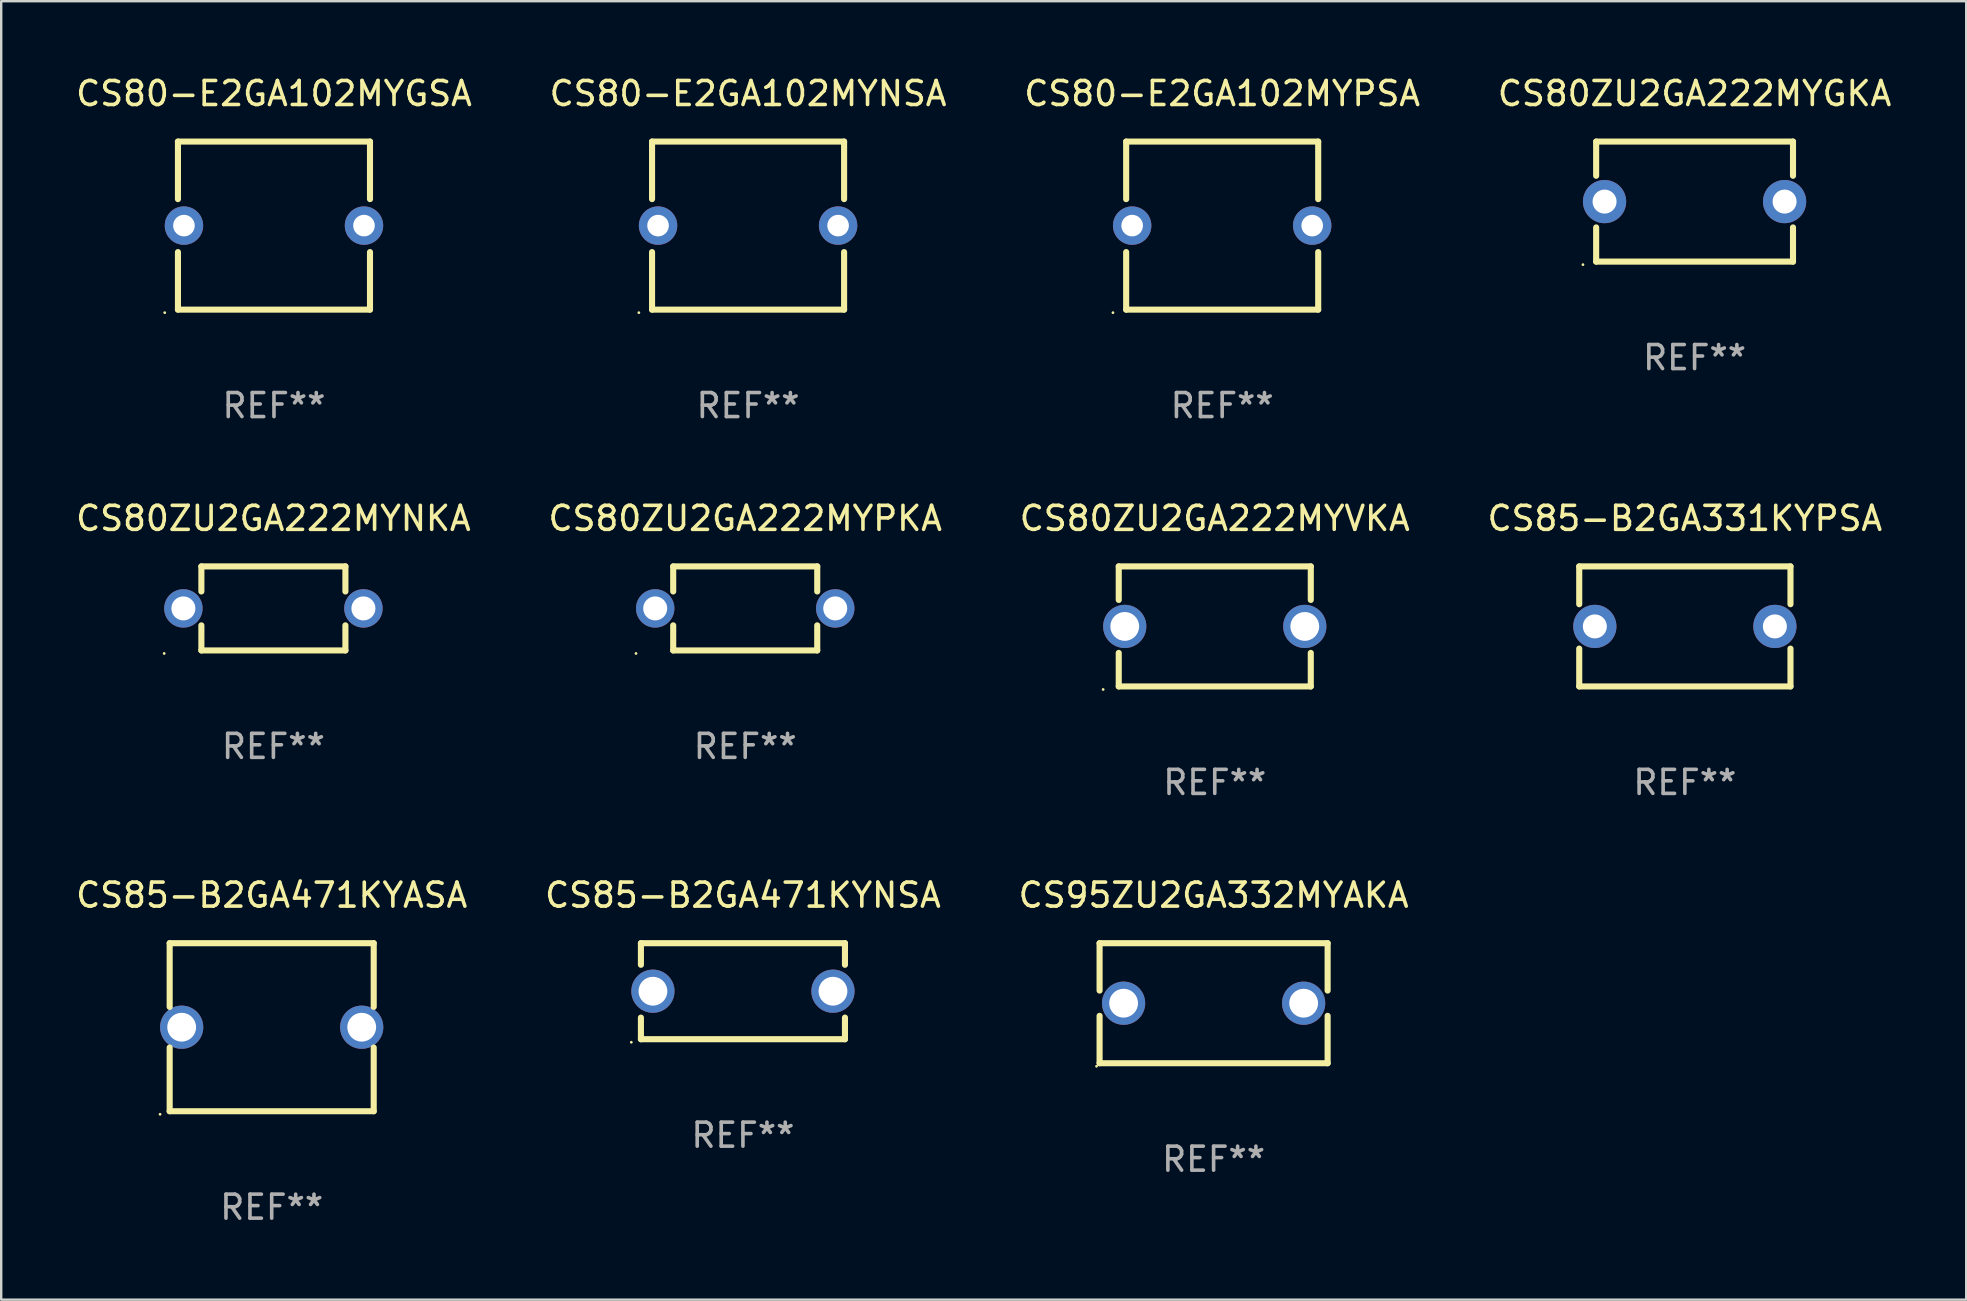
<source format=kicad_pcb>
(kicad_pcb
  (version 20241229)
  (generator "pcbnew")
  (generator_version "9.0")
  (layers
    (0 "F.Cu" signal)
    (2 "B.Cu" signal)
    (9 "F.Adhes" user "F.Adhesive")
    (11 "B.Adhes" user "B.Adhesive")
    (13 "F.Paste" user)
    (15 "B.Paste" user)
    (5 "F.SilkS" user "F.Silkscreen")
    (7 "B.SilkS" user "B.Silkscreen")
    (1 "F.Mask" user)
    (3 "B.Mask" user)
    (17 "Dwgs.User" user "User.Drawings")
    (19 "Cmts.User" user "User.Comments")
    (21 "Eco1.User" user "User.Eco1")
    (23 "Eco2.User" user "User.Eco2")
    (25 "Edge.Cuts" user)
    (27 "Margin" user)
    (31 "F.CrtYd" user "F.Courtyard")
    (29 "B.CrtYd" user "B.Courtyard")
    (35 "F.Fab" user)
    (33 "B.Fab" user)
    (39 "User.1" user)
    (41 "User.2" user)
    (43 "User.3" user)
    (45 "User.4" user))
  (footprint "CS85-B2GA471KYASA"
    (layer "F.Cu")
    (at 8.268 39.741)
    (property "Reference" "CS85-B2GA471KYASA" (at 0 -5.5 0) (layer "F.SilkS") (effects (font (size 1 1) (thickness 0.15))))
    (attr through_hole)
    (fp_line (start -4.25 -3.5) (end -4.25 -0.846) (stroke (width 0.254) (type solid)) (layer "F.SilkS"))
    (fp_line (start -4.25 -3.5) (end 4.25 -3.5) (stroke (width 0.254) (type solid)) (layer "F.SilkS"))
    (fp_line (start -4.25 0.846) (end -4.25 3.5) (stroke (width 0.254) (type solid)) (layer "F.SilkS"))
    (fp_line (start 4.25 -3.5) (end 4.25 -0.846) (stroke (width 0.254) (type solid)) (layer "F.SilkS"))
    (fp_line (start 4.25 0.846) (end 4.25 3.5) (stroke (width 0.254) (type solid)) (layer "F.SilkS"))
    (fp_line (start 4.25 3.5) (end -4.25 3.5) (stroke (width 0.254) (type solid)) (layer "F.SilkS"))
    (fp_circle (center -4.65 3.627) (end -4.62 3.627) (stroke (width 0.06) (type solid)) (fill no) (layer "F.SilkS"))
    (fp_text user "REF**" (at 0 7.5 0) (layer "F.Fab") (effects (font (size 1 1) (thickness 0.15))))
    (pad "1" thru_hole circle (at -3.75 0) (size 1.8 1.8) (drill 1.2) (layers "*.Cu" "*.Mask"))
    (pad "2" thru_hole circle (at 3.75 0) (size 1.8 1.8) (drill 1.2) (layers "*.Cu" "*.Mask")))
  (footprint "CS80ZU2GA222MYPKA"
    (layer "F.Cu")
    (at 27.994 22.295)
    (property "Reference" "CS80ZU2GA222MYPKA" (at 0 -3.75 0) (layer "F.SilkS") (effects (font (size 1 1) (thickness 0.15))))
    (attr through_hole)
    (fp_line (start -3 -1.75) (end -3 -0.706) (stroke (width 0.254) (type solid)) (layer "F.SilkS"))
    (fp_line (start -3 -1.75) (end 3 -1.75) (stroke (width 0.254) (type solid)) (layer "F.SilkS"))
    (fp_line (start -3 0.706) (end -3 1.75) (stroke (width 0.254) (type solid)) (layer "F.SilkS"))
    (fp_line (start 3 -1.75) (end 3 -0.706) (stroke (width 0.254) (type solid)) (layer "F.SilkS"))
    (fp_line (start 3 0.706) (end 3 1.75) (stroke (width 0.254) (type solid)) (layer "F.SilkS"))
    (fp_line (start 3 1.75) (end -3 1.75) (stroke (width 0.254) (type solid)) (layer "F.SilkS"))
    (fp_circle (center -4.55 1.877) (end -4.52 1.877) (stroke (width 0.06) (type solid)) (fill no) (layer "F.SilkS"))
    (fp_text user "REF**" (at 0 5.75 0) (layer "F.Fab") (effects (font (size 1 1) (thickness 0.15))))
    (pad "1" thru_hole circle (at -3.75 -0.000025) (size 1.6 1.6) (drill 1) (layers "*.Cu" "*.Mask"))
    (pad "2" thru_hole circle (at 3.75 -0.000025) (size 1.6 1.6) (drill 1) (layers "*.Cu" "*.Mask")))
  (footprint "CS80ZU2GA222MYNKA"
    (layer "F.Cu")
    (at 8.339 22.295)
    (property "Reference" "CS80ZU2GA222MYNKA" (at 0 -3.75 0) (layer "F.SilkS") (effects (font (size 1 1) (thickness 0.15))))
    (attr through_hole)
    (fp_line (start -3 -1.75) (end -3 -0.706) (stroke (width 0.254) (type solid)) (layer "F.SilkS"))
    (fp_line (start -3 -1.75) (end 3 -1.75) (stroke (width 0.254) (type solid)) (layer "F.SilkS"))
    (fp_line (start -3 0.706) (end -3 1.75) (stroke (width 0.254) (type solid)) (layer "F.SilkS"))
    (fp_line (start 3 -1.75) (end 3 -0.706) (stroke (width 0.254) (type solid)) (layer "F.SilkS"))
    (fp_line (start 3 0.706) (end 3 1.75) (stroke (width 0.254) (type solid)) (layer "F.SilkS"))
    (fp_line (start 3 1.75) (end -3 1.75) (stroke (width 0.254) (type solid)) (layer "F.SilkS"))
    (fp_circle (center -4.55 1.877) (end -4.52 1.877) (stroke (width 0.06) (type solid)) (fill no) (layer "F.SilkS"))
    (fp_text user "REF**" (at 0 5.75 0) (layer "F.Fab") (effects (font (size 1 1) (thickness 0.15))))
    (pad "1" thru_hole circle (at -3.75 -0.000025) (size 1.6 1.6) (drill 1) (layers "*.Cu" "*.Mask"))
    (pad "2" thru_hole circle (at 3.75 -0.000025) (size 1.6 1.6) (drill 1) (layers "*.Cu" "*.Mask")))
  (footprint "CS80-E2GA102MYGSA"
    (layer "F.Cu")
    (at 8.363 6.348)
    (property "Reference" "CS80-E2GA102MYGSA" (at 0 -5.5 0) (layer "F.SilkS") (effects (font (size 1 1) (thickness 0.15))))
    (attr through_hole)
    (fp_line (start -4 -3.5) (end -4 -1.103) (stroke (width 0.254) (type solid)) (layer "F.SilkS"))
    (fp_line (start -4 -3.5) (end 4 -3.5) (stroke (width 0.254) (type solid)) (layer "F.SilkS"))
    (fp_line (start -4 1.103) (end -4 3.5) (stroke (width 0.254) (type solid)) (layer "F.SilkS"))
    (fp_line (start 4 -3.5) (end 4 -1.103) (stroke (width 0.254) (type solid)) (layer "F.SilkS"))
    (fp_line (start 4 1.103) (end 4 3.5) (stroke (width 0.254) (type solid)) (layer "F.SilkS"))
    (fp_line (start 4 3.5) (end -4 3.5) (stroke (width 0.254) (type solid)) (layer "F.SilkS"))
    (fp_circle (center -4.55 3.627) (end -4.52 3.627) (stroke (width 0.06) (type solid)) (fill no) (layer "F.SilkS"))
    (fp_text user "REF**" (at 0 7.5 0) (layer "F.Fab") (effects (font (size 1 1) (thickness 0.15))))
    (pad "1" thru_hole circle (at -3.75 0) (size 1.6 1.6) (drill 0.9) (layers "*.Cu" "*.Mask"))
    (pad "2" thru_hole circle (at 3.75 0) (size 1.6 1.6) (drill 0.9) (layers "*.Cu" "*.Mask")))
  (footprint "CS85-B2GA471KYNSA"
    (layer "F.Cu")
    (at 27.899 38.241)
    (property "Reference" "CS85-B2GA471KYNSA" (at 0 -4 0) (layer "F.SilkS") (effects (font (size 1 1) (thickness 0.15))))
    (attr through_hole)
    (fp_line (start -4.25 -2) (end -4.25 -1.1) (stroke (width 0.254) (type solid)) (layer "F.SilkS"))
    (fp_line (start -4.25 -2) (end 4.25 -2) (stroke (width 0.254) (type solid)) (layer "F.SilkS"))
    (fp_line (start -4.25 1.1) (end -4.25 2) (stroke (width 0.254) (type solid)) (layer "F.SilkS"))
    (fp_line (start 4.25 -2) (end 4.25 -1.1) (stroke (width 0.254) (type solid)) (layer "F.SilkS"))
    (fp_line (start 4.25 1.1) (end 4.25 2) (stroke (width 0.254) (type solid)) (layer "F.SilkS"))
    (fp_line (start 4.25 2) (end -4.25 2) (stroke (width 0.254) (type solid)) (layer "F.SilkS"))
    (fp_circle (center -4.65 2.127) (end -4.62 2.127) (stroke (width 0.06) (type solid)) (fill no) (layer "F.SilkS"))
    (fp_text user "REF**" (at 0 6 0) (layer "F.Fab") (effects (font (size 1 1) (thickness 0.15))))
    (pad "1" thru_hole circle (at -3.75 0) (size 1.8 1.8) (drill 1.2) (layers "*.Cu" "*.Mask"))
    (pad "2" thru_hole circle (at 3.75 0) (size 1.8 1.8) (drill 1.2) (layers "*.Cu" "*.Mask")))
  (footprint "CS80-E2GA102MYPSA"
    (layer "F.Cu")
    (at 47.863 6.348)
    (property "Reference" "CS80-E2GA102MYPSA" (at 0 -5.5 0) (layer "F.SilkS") (effects (font (size 1 1) (thickness 0.15))))
    (attr through_hole)
    (fp_line (start -4 -3.5) (end -4 -1.103) (stroke (width 0.254) (type solid)) (layer "F.SilkS"))
    (fp_line (start -4 -3.5) (end 4 -3.5) (stroke (width 0.254) (type solid)) (layer "F.SilkS"))
    (fp_line (start -4 1.103) (end -4 3.5) (stroke (width 0.254) (type solid)) (layer "F.SilkS"))
    (fp_line (start 4 -3.5) (end 4 -1.103) (stroke (width 0.254) (type solid)) (layer "F.SilkS"))
    (fp_line (start 4 1.103) (end 4 3.5) (stroke (width 0.254) (type solid)) (layer "F.SilkS"))
    (fp_line (start 4 3.5) (end -4 3.5) (stroke (width 0.254) (type solid)) (layer "F.SilkS"))
    (fp_circle (center -4.55 3.627) (end -4.52 3.627) (stroke (width 0.06) (type solid)) (fill no) (layer "F.SilkS"))
    (fp_text user "REF**" (at 0 7.5 0) (layer "F.Fab") (effects (font (size 1 1) (thickness 0.15))))
    (pad "1" thru_hole circle (at -3.75 0) (size 1.6 1.6) (drill 0.9) (layers "*.Cu" "*.Mask"))
    (pad "2" thru_hole circle (at 3.75 0) (size 1.6 1.6) (drill 0.9) (layers "*.Cu" "*.Mask")))
  (footprint "CS95ZU2GA332MYAKA"
    (layer "F.Cu")
    (at 47.506 38.741)
    (property "Reference" "CS95ZU2GA332MYAKA" (at 0 -4.5 0) (layer "F.SilkS") (effects (font (size 1 1) (thickness 0.15))))
    (attr through_hole)
    (fp_line (start -4.75 -2.5) (end -4.75 -0.526) (stroke (width 0.254) (type solid)) (layer "F.SilkS"))
    (fp_line (start -4.75 -2.5) (end 4.75 -2.5) (stroke (width 0.254) (type solid)) (layer "F.SilkS"))
    (fp_line (start -4.75 0.526) (end -4.75 2.5) (stroke (width 0.254) (type solid)) (layer "F.SilkS"))
    (fp_line (start 4.75 2.5) (end -4.75 2.5) (stroke (width 0.254) (type solid)) (layer "F.SilkS"))
    (fp_line (start 4.75 -2.5) (end 4.75 -0.526) (stroke (width 0.254) (type solid)) (layer "F.SilkS"))
    (fp_line (start 4.75 0.526) (end 4.75 2.5) (stroke (width 0.254) (type solid)) (layer "F.SilkS"))
    (fp_circle (center -4.877 2.627) (end -4.847 2.627) (stroke (width 0.06) (type solid)) (fill no) (layer "F.SilkS"))
    (fp_text user "REF**" (at 0 6.5 0) (layer "F.Fab") (effects (font (size 1 1) (thickness 0.15))))
    (pad "1" thru_hole circle (at -3.75 0) (size 1.8 1.8) (drill 1.2) (layers "*.Cu" "*.Mask"))
    (pad "2" thru_hole circle (at 3.75 0) (size 1.8 1.8) (drill 1.2) (layers "*.Cu" "*.Mask")))
  (footprint "CS80-E2GA102MYNSA"
    (layer "F.Cu")
    (at 28.113 6.348)
    (property "Reference" "CS80-E2GA102MYNSA" (at 0 -5.5 0) (layer "F.SilkS") (effects (font (size 1 1) (thickness 0.15))))
    (attr through_hole)
    (fp_line (start -4 -3.5) (end -4 -1.103) (stroke (width 0.254) (type solid)) (layer "F.SilkS"))
    (fp_line (start -4 -3.5) (end 4 -3.5) (stroke (width 0.254) (type solid)) (layer "F.SilkS"))
    (fp_line (start -4 1.103) (end -4 3.5) (stroke (width 0.254) (type solid)) (layer "F.SilkS"))
    (fp_line (start 4 -3.5) (end 4 -1.103) (stroke (width 0.254) (type solid)) (layer "F.SilkS"))
    (fp_line (start 4 1.103) (end 4 3.5) (stroke (width 0.254) (type solid)) (layer "F.SilkS"))
    (fp_line (start 4 3.5) (end -4 3.5) (stroke (width 0.254) (type solid)) (layer "F.SilkS"))
    (fp_circle (center -4.55 3.627) (end -4.52 3.627) (stroke (width 0.06) (type solid)) (fill no) (layer "F.SilkS"))
    (fp_text user "REF**" (at 0 7.5 0) (layer "F.Fab") (effects (font (size 1 1) (thickness 0.15))))
    (pad "1" thru_hole circle (at -3.75 0) (size 1.6 1.6) (drill 0.9) (layers "*.Cu" "*.Mask"))
    (pad "2" thru_hole circle (at 3.75 0) (size 1.6 1.6) (drill 0.9) (layers "*.Cu" "*.Mask")))
  (footprint "CS80ZU2GA222MYVKA"
    (layer "F.Cu")
    (at 47.554 23.045)
    (property "Reference" "CS80ZU2GA222MYVKA" (at 0 -4.5 0) (layer "F.SilkS") (effects (font (size 1 1) (thickness 0.15))))
    (attr through_hole)
    (fp_line (start -4 -2.5) (end -4 -1.103) (stroke (width 0.254) (type solid)) (layer "F.SilkS"))
    (fp_line (start -4 -2.5) (end 4 -2.5) (stroke (width 0.254) (type solid)) (layer "F.SilkS"))
    (fp_line (start -4 1.103) (end -4 2.5) (stroke (width 0.254) (type solid)) (layer "F.SilkS"))
    (fp_line (start 4 -2.5) (end 4 -1.103) (stroke (width 0.254) (type solid)) (layer "F.SilkS"))
    (fp_line (start 4 1.103) (end 4 2.5) (stroke (width 0.254) (type solid)) (layer "F.SilkS"))
    (fp_line (start 4 2.5) (end -4 2.5) (stroke (width 0.254) (type solid)) (layer "F.SilkS"))
    (fp_circle (center -4.65 2.627) (end -4.62 2.627) (stroke (width 0.06) (type solid)) (fill no) (layer "F.SilkS"))
    (fp_text user "REF**" (at 0 6.5 0) (layer "F.Fab") (effects (font (size 1 1) (thickness 0.15))))
    (pad "1" thru_hole circle (at -3.75 0) (size 1.8 1.8) (drill 1.2) (layers "*.Cu" "*.Mask"))
    (pad "2" thru_hole circle (at 3.75 0) (size 1.8 1.8) (drill 1.2) (layers "*.Cu" "*.Mask")))
  (footprint "CS80ZU2GA222MYGKA"
    (layer "F.Cu")
    (at 67.542 5.348)
    (property "Reference" "CS80ZU2GA222MYGKA" (at 0 -4.5 0) (layer "F.SilkS") (effects (font (size 1 1) (thickness 0.15))))
    (attr through_hole)
    (fp_line (start -4.1 -2.5) (end -4.1 -1.076) (stroke (width 0.254) (type solid)) (layer "F.SilkS"))
    (fp_line (start -4.1 -2.5) (end 4.1 -2.5) (stroke (width 0.254) (type solid)) (layer "F.SilkS"))
    (fp_line (start -4.1 1.076) (end -4.1 2.5) (stroke (width 0.254) (type solid)) (layer "F.SilkS"))
    (fp_line (start -4.1 2.5) (end 4.1 2.5) (stroke (width 0.254) (type solid)) (layer "F.SilkS"))
    (fp_line (start 4.1 -2.5) (end 4.1 -1.076) (stroke (width 0.254) (type solid)) (layer "F.SilkS"))
    (fp_line (start 4.1 1.076) (end 4.1 2.5) (stroke (width 0.254) (type solid)) (layer "F.SilkS"))
    (fp_circle (center -4.65 2.627) (end -4.62 2.627) (stroke (width 0.06) (type solid)) (fill no) (layer "F.SilkS"))
    (fp_text user "REF**" (at 0 6.5 0) (layer "F.Fab") (effects (font (size 1 1) (thickness 0.15))))
    (pad "1" thru_hole circle (at -3.75 0) (size 1.8 1.8) (drill 1) (layers "*.Cu" "*.Mask"))
    (pad "2" thru_hole circle (at 3.75 0) (size 1.8 1.8) (drill 1) (layers "*.Cu" "*.Mask")))
  (footprint "CS85-B2GA331KYPSA"
    (layer "F.Cu")
    (at 67.137 23.045)
    (property "Reference" "CS85-B2GA331KYPSA" (at 0 -4.5 0) (layer "F.SilkS") (effects (font (size 1 1) (thickness 0.15))))
    (attr through_hole)
    (fp_line (start -4.4 -2.5) (end -4.4 -0.925) (stroke (width 0.254) (type solid)) (layer "F.SilkS"))
    (fp_line (start -4.4 -2.5) (end 4.4 -2.5) (stroke (width 0.254) (type solid)) (layer "F.SilkS"))
    (fp_line (start -4.4 0.925) (end -4.4 2.5) (stroke (width 0.254) (type solid)) (layer "F.SilkS"))
    (fp_line (start -4.4 2.5) (end 4.4 2.5) (stroke (width 0.254) (type solid)) (layer "F.SilkS"))
    (fp_line (start 4.4 -2.5) (end 4.4 -0.925) (stroke (width 0.254) (type solid)) (layer "F.SilkS"))
    (fp_line (start 4.4 0.925) (end 4.4 2.5) (stroke (width 0.254) (type solid)) (layer "F.SilkS"))
    (fp_circle (center -4.25 2.5) (end -4.22 2.5) (stroke (width 0.06) (type solid)) (fill no) (layer "F.SilkS"))
    (fp_text user "REF**" (at 0 6.5 0) (layer "F.Fab") (effects (font (size 1 1) (thickness 0.15))))
    (pad "1" thru_hole circle (at -3.75 0) (size 1.8 1.8) (drill 1) (layers "*.Cu" "*.Mask"))
    (pad "2" thru_hole circle (at 3.75 0) (size 1.8 1.8) (drill 1) (layers "*.Cu" "*.Mask")))
  (gr_rect
    (start -3 -3)
    (end 78.857 51.09)
    (stroke (width 0.1) (type default))
    (fill no)
    (layer "Edge.Cuts")))
</source>
